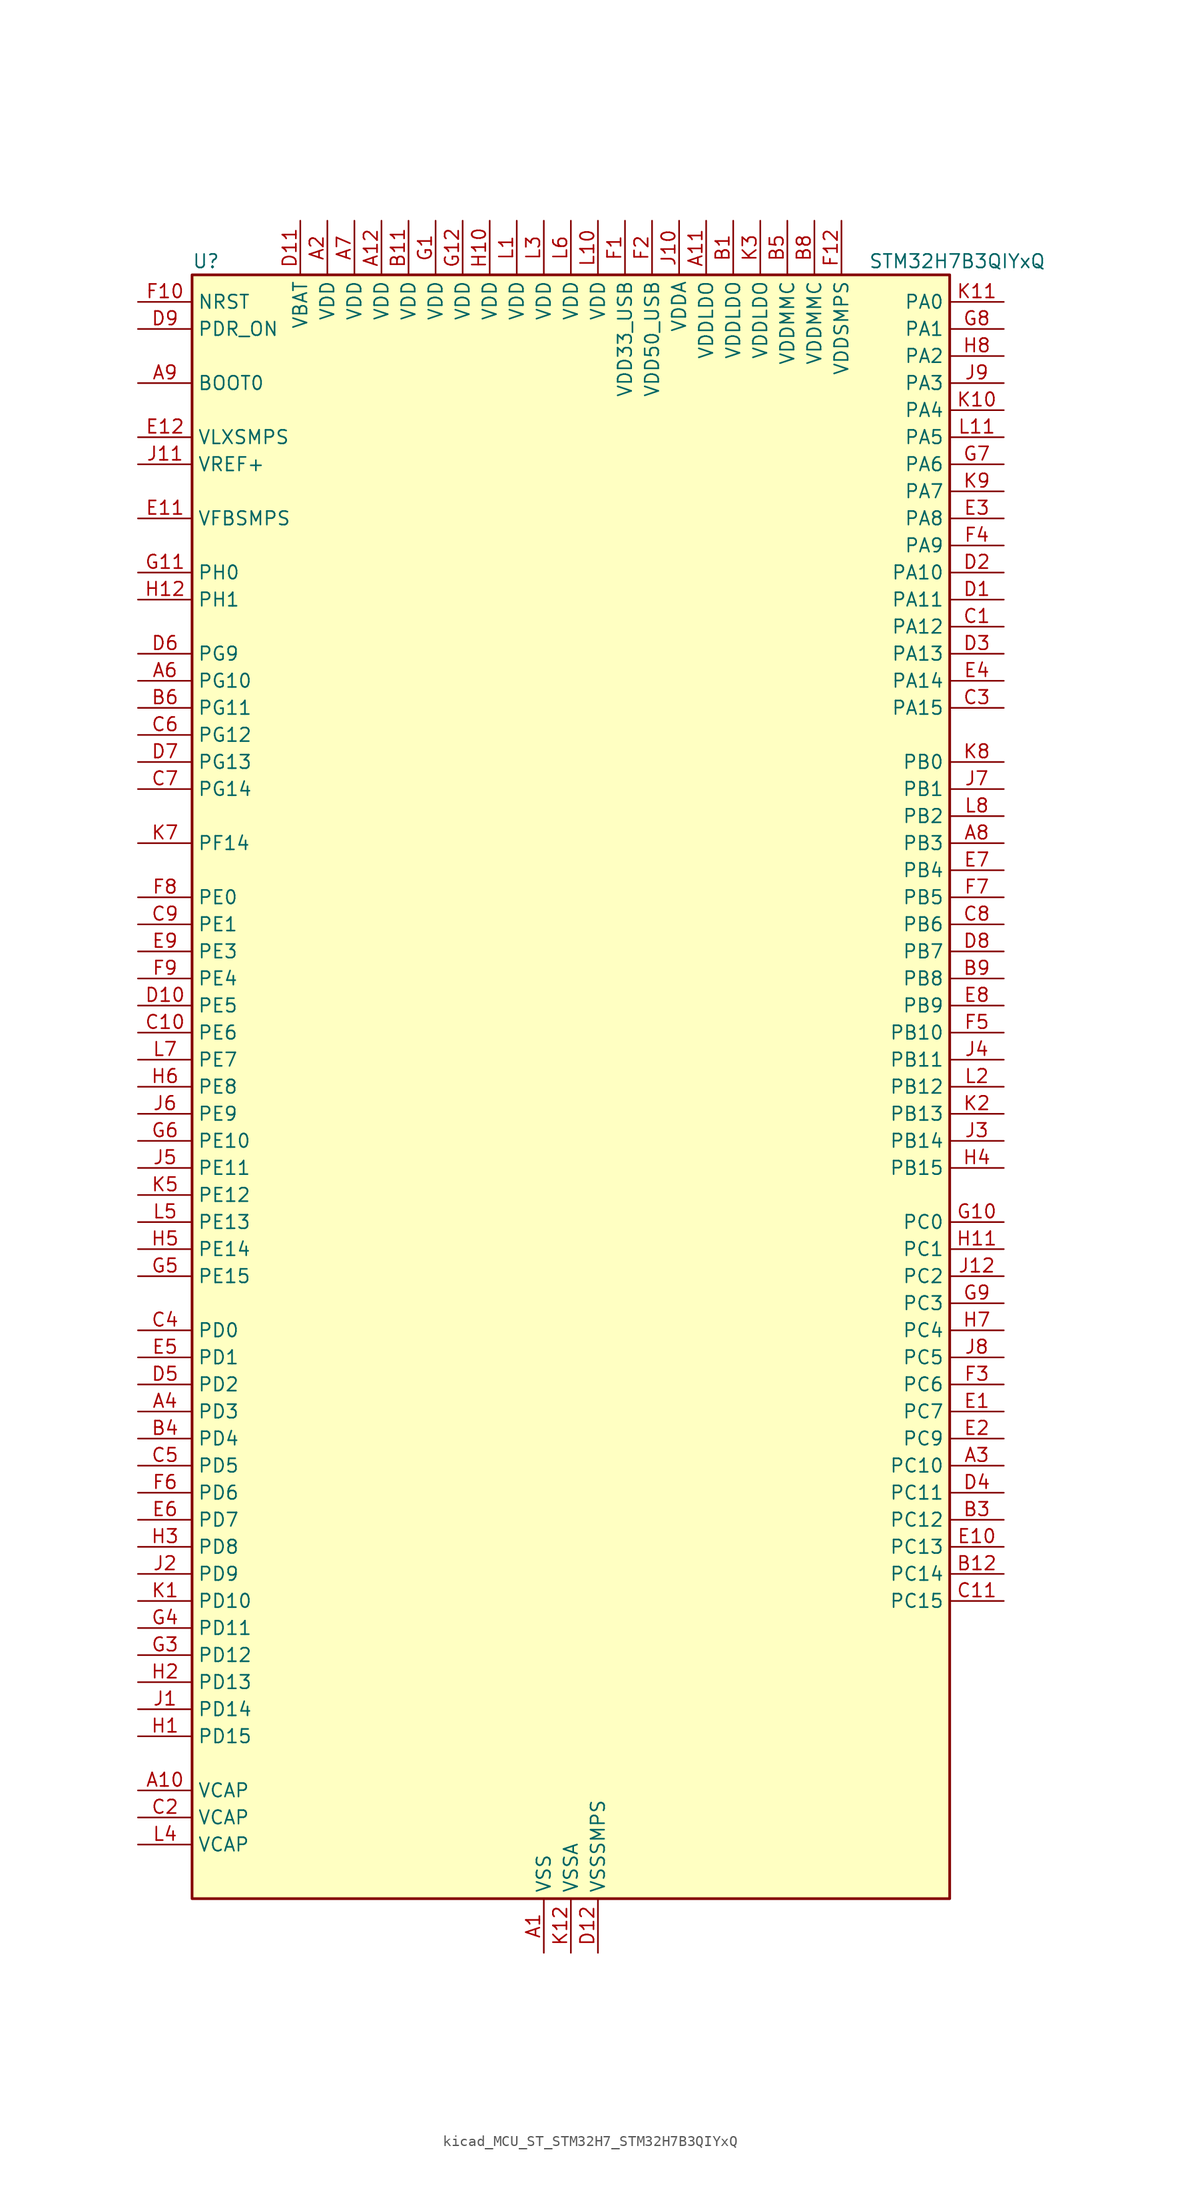
<source format=kicad_sym>
(kicad_symbol_lib
  (version 20220914)
  (generator kicad_symbol_editor)
  (symbol "kicad_MCU_ST_STM32H7_STM32H7B3QIYxQ"
    (property "Reference" "U"
      (at -35.56 77.47 0)
      (effects (font (size 1.27 1.27)) (justify left)))
    (property "Value" "STM32H7B3QIYxQ"
      (at 27.94 77.47 0)
      (effects (font (size 1.27 1.27)) (justify left)))
    (property "ki_locked" ""
      (at 0 0 0)
      (effects (font (size 1.27 1.27))))
    (symbol "kicad_MCU_ST_STM32H7_STM32H7B3QIYxQ_0_1"
      (rectangle (start -35.56 -76.2) (end 35.56 76.2) (stroke (width 0.254) (type default)) (fill (type background))))
    (symbol "kicad_MCU_ST_STM32H7_STM32H7B3QIYxQ_1_1"
      (pin power_in line (at -2.54 -81.28 90) (length 5.08) (name "VSS" (effects (font (size 1.27 1.27)))) (number "A1" (effects (font (size 1.27 1.27)))))
      (pin power_out line (at -40.64 -66.04 0) (length 5.08) (name "VCAP" (effects (font (size 1.27 1.27)))) (number "A10" (effects (font (size 1.27 1.27)))))
      (pin power_in line (at 12.7 81.28 270) (length 5.08) (name "VDDLDO" (effects (font (size 1.27 1.27)))) (number "A11" (effects (font (size 1.27 1.27)))))
      (pin power_in line (at -17.78 81.28 270) (length 5.08) (name "VDD" (effects (font (size 1.27 1.27)))) (number "A12" (effects (font (size 1.27 1.27)))))
      (pin power_in line (at -22.86 81.28 270) (length 5.08) (name "VDD" (effects (font (size 1.27 1.27)))) (number "A2" (effects (font (size 1.27 1.27)))))
      (pin bidirectional line (at 40.64 -35.56 180) (length 5.08) (name "PC10" (effects (font (size 1.27 1.27)))) (number "A3" (effects (font (size 1.27 1.27)))) (alternate "DCMI_D8" bidirectional line) (alternate "DFSDM1_CKIN5" bidirectional line) (alternate "DFSDM2_CKIN0" bidirectional line) (alternate "I2S3_CK" bidirectional line) (alternate "LTDC_B1" bidirectional line) (alternate "LTDC_R2" bidirectional line) (alternate "OCTOSPIM_P1_IO1" bidirectional line) (alternate "PSSI_D8" bidirectional line) (alternate "SDMMC1_D2" bidirectional line) (alternate "SPI3_SCK" bidirectional line) (alternate "SWPMI1_RX" bidirectional line) (alternate "UART4_TX" bidirectional line) (alternate "USART3_TX" bidirectional line))
      (pin bidirectional line (at -40.64 -30.48 0) (length 5.08) (name "PD3" (effects (font (size 1.27 1.27)))) (number "A4" (effects (font (size 1.27 1.27)))) (alternate "DCMI_D5" bidirectional line) (alternate "DFSDM1_CKOUT" bidirectional line) (alternate "FMC_CLK" bidirectional line) (alternate "I2S2_CK" bidirectional line) (alternate "LTDC_G7" bidirectional line) (alternate "PSSI_D5" bidirectional line) (alternate "SPI2_SCK" bidirectional line) (alternate "USART2_CTS" bidirectional line) (alternate "USART2_NSS" bidirectional line))
      (pin passive line (at -2.54 -81.28 90) (length 5.08) hide (name "VSS" (effects (font (size 1.27 1.27)))) (number "A5" (effects (font (size 1.27 1.27)))))
      (pin bidirectional line (at -40.64 38.1 0) (length 5.08) (name "PG10" (effects (font (size 1.27 1.27)))) (number "A6" (effects (font (size 1.27 1.27)))) (alternate "DCMI_D2" bidirectional line) (alternate "FMC_NE3" bidirectional line) (alternate "I2S1_WS" bidirectional line) (alternate "LTDC_B2" bidirectional line) (alternate "LTDC_G3" bidirectional line) (alternate "OCTOSPIM_P2_IO6" bidirectional line) (alternate "PSSI_D2" bidirectional line) (alternate "SAI2_SD_B" bidirectional line) (alternate "SDMMC2_D1" bidirectional line) (alternate "SPI1_NSS" bidirectional line))
      (pin power_in line (at -20.32 81.28 270) (length 5.08) (name "VDD" (effects (font (size 1.27 1.27)))) (number "A7" (effects (font (size 1.27 1.27)))))
      (pin bidirectional line (at 40.64 22.86 180) (length 5.08) (name "PB3" (effects (font (size 1.27 1.27)))) (number "A8" (effects (font (size 1.27 1.27)))) (alternate "CRS_SYNC" bidirectional line) (alternate "DEBUG_JTDO-SWO" bidirectional line) (alternate "I2S1_CK" bidirectional line) (alternate "I2S3_CK" bidirectional line) (alternate "I2S6_CK" bidirectional line) (alternate "SDMMC2_D2" bidirectional line) (alternate "SPI1_SCK" bidirectional line) (alternate "SPI3_SCK" bidirectional line) (alternate "SPI6_SCK" bidirectional line) (alternate "TIM2_CH2" bidirectional line) (alternate "UART7_RX" bidirectional line))
      (pin input line (at -40.64 66.04 0) (length 5.08) (name "BOOT0" (effects (font (size 1.27 1.27)))) (number "A9" (effects (font (size 1.27 1.27)))))
      (pin power_in line (at 15.24 81.28 270) (length 5.08) (name "VDDLDO" (effects (font (size 1.27 1.27)))) (number "B1" (effects (font (size 1.27 1.27)))))
      (pin passive line (at -2.54 -81.28 90) (length 5.08) hide (name "VSS" (effects (font (size 1.27 1.27)))) (number "B10" (effects (font (size 1.27 1.27)))))
      (pin power_in line (at -15.24 81.28 270) (length 5.08) (name "VDD" (effects (font (size 1.27 1.27)))) (number "B11" (effects (font (size 1.27 1.27)))))
      (pin bidirectional line (at 40.64 -45.72 180) (length 5.08) (name "PC14" (effects (font (size 1.27 1.27)))) (number "B12" (effects (font (size 1.27 1.27)))) (alternate "RCC_OSC32_IN" bidirectional line))
      (pin passive line (at -2.54 -81.28 90) (length 5.08) hide (name "VSS" (effects (font (size 1.27 1.27)))) (number "B2" (effects (font (size 1.27 1.27)))))
      (pin bidirectional line (at 40.64 -40.64 180) (length 5.08) (name "PC12" (effects (font (size 1.27 1.27)))) (number "B3" (effects (font (size 1.27 1.27)))) (alternate "DCMI_D9" bidirectional line) (alternate "DEBUG_TRACED3" bidirectional line) (alternate "DFSDM2_CKOUT" bidirectional line) (alternate "I2S3_SDO" bidirectional line) (alternate "I2S6_CK" bidirectional line) (alternate "LTDC_R6" bidirectional line) (alternate "PSSI_D9" bidirectional line) (alternate "SDMMC1_CK" bidirectional line) (alternate "SPI3_MOSI" bidirectional line) (alternate "SPI6_SCK" bidirectional line) (alternate "TIM15_CH1" bidirectional line) (alternate "UART5_TX" bidirectional line) (alternate "USART3_CK" bidirectional line))
      (pin bidirectional line (at -40.64 -33.02 0) (length 5.08) (name "PD4" (effects (font (size 1.27 1.27)))) (number "B4" (effects (font (size 1.27 1.27)))) (alternate "FMC_NOE" bidirectional line) (alternate "OCTOSPIM_P1_IO4" bidirectional line) (alternate "USART2_DE" bidirectional line) (alternate "USART2_RTS" bidirectional line))
      (pin power_in line (at 20.32 81.28 270) (length 5.08) (name "VDDMMC" (effects (font (size 1.27 1.27)))) (number "B5" (effects (font (size 1.27 1.27)))))
      (pin bidirectional line (at -40.64 35.56 0) (length 5.08) (name "PG11" (effects (font (size 1.27 1.27)))) (number "B6" (effects (font (size 1.27 1.27)))) (alternate "ADC1_EXTI11" bidirectional line) (alternate "ADC2_EXTI11" bidirectional line) (alternate "DCMI_D3" bidirectional line) (alternate "I2S1_CK" bidirectional line) (alternate "LPTIM1_IN2" bidirectional line) (alternate "LTDC_B3" bidirectional line) (alternate "OCTOSPIM_P2_IO7" bidirectional line) (alternate "PSSI_D3" bidirectional line) (alternate "SDMMC2_D2" bidirectional line) (alternate "SPDIFRX_IN0" bidirectional line) (alternate "SPI1_SCK" bidirectional line) (alternate "USART10_RX" bidirectional line))
      (pin passive line (at -2.54 -81.28 90) (length 5.08) hide (name "VSS" (effects (font (size 1.27 1.27)))) (number "B7" (effects (font (size 1.27 1.27)))))
      (pin power_in line (at 22.86 81.28 270) (length 5.08) (name "VDDMMC" (effects (font (size 1.27 1.27)))) (number "B8" (effects (font (size 1.27 1.27)))))
      (pin bidirectional line (at 40.64 10.16 180) (length 5.08) (name "PB8" (effects (font (size 1.27 1.27)))) (number "B9" (effects (font (size 1.27 1.27)))) (alternate "DCMI_D6" bidirectional line) (alternate "DFSDM1_CKIN7" bidirectional line) (alternate "FDCAN1_RX" bidirectional line) (alternate "I2C1_SCL" bidirectional line) (alternate "I2C4_SCL" bidirectional line) (alternate "LTDC_B6" bidirectional line) (alternate "PSSI_D6" bidirectional line) (alternate "SDMMC1_CKIN" bidirectional line) (alternate "SDMMC1_D4" bidirectional line) (alternate "SDMMC2_D4" bidirectional line) (alternate "TIM16_CH1" bidirectional line) (alternate "TIM4_CH3" bidirectional line) (alternate "UART4_RX" bidirectional line))
      (pin bidirectional line (at 40.64 43.18 180) (length 5.08) (name "PA12" (effects (font (size 1.27 1.27)))) (number "C1" (effects (font (size 1.27 1.27)))) (alternate "FDCAN1_TX" bidirectional line) (alternate "I2S2_CK" bidirectional line) (alternate "LPUART1_DE" bidirectional line) (alternate "LPUART1_RTS" bidirectional line) (alternate "LTDC_R5" bidirectional line) (alternate "SAI2_FS_B" bidirectional line) (alternate "SPI2_SCK" bidirectional line) (alternate "TIM1_ETR" bidirectional line) (alternate "UART4_TX" bidirectional line) (alternate "USART1_DE" bidirectional line) (alternate "USART1_RTS" bidirectional line) (alternate "USB_OTG_HS_DP" bidirectional line))
      (pin bidirectional line (at -40.64 5.08 0) (length 5.08) (name "PE6" (effects (font (size 1.27 1.27)))) (number "C10" (effects (font (size 1.27 1.27)))) (alternate "DCMI_D7" bidirectional line) (alternate "DEBUG_TRACED3" bidirectional line) (alternate "FMC_A22" bidirectional line) (alternate "LTDC_G1" bidirectional line) (alternate "PSSI_D7" bidirectional line) (alternate "SAI1_D1" bidirectional line) (alternate "SAI1_SD_A" bidirectional line) (alternate "SAI2_MCLK_B" bidirectional line) (alternate "SPI4_MOSI" bidirectional line) (alternate "TIM15_CH2" bidirectional line) (alternate "TIM1_BKIN2" bidirectional line) (alternate "TIM1_BKIN2_COMP1" bidirectional line) (alternate "TIM1_BKIN2_COMP2" bidirectional line))
      (pin bidirectional line (at 40.64 -48.26 180) (length 5.08) (name "PC15" (effects (font (size 1.27 1.27)))) (number "C11" (effects (font (size 1.27 1.27)))) (alternate "ADC1_EXTI15" bidirectional line) (alternate "ADC2_EXTI15" bidirectional line) (alternate "RCC_OSC32_OUT" bidirectional line))
      (pin passive line (at -2.54 -81.28 90) (length 5.08) hide (name "VSS" (effects (font (size 1.27 1.27)))) (number "C12" (effects (font (size 1.27 1.27)))))
      (pin power_out line (at -40.64 -68.58 0) (length 5.08) (name "VCAP" (effects (font (size 1.27 1.27)))) (number "C2" (effects (font (size 1.27 1.27)))))
      (pin bidirectional line (at 40.64 35.56 180) (length 5.08) (name "PA15" (effects (font (size 1.27 1.27)))) (number "C3" (effects (font (size 1.27 1.27)))) (alternate "ADC1_EXTI15" bidirectional line) (alternate "ADC2_EXTI15" bidirectional line) (alternate "CEC" bidirectional line) (alternate "DEBUG_JTDI" bidirectional line) (alternate "I2S1_WS" bidirectional line) (alternate "I2S3_WS" bidirectional line) (alternate "I2S6_WS" bidirectional line) (alternate "LTDC_B6" bidirectional line) (alternate "LTDC_R3" bidirectional line) (alternate "SPI1_NSS" bidirectional line) (alternate "SPI3_NSS" bidirectional line) (alternate "SPI6_NSS" bidirectional line) (alternate "TIM2_CH1" bidirectional line) (alternate "TIM2_ETR" bidirectional line) (alternate "UART4_DE" bidirectional line) (alternate "UART4_RTS" bidirectional line) (alternate "UART7_TX" bidirectional line))
      (pin bidirectional line (at -40.64 -22.86 0) (length 5.08) (name "PD0" (effects (font (size 1.27 1.27)))) (number "C4" (effects (font (size 1.27 1.27)))) (alternate "DFSDM1_CKIN6" bidirectional line) (alternate "FDCAN1_RX" bidirectional line) (alternate "FMC_D2" bidirectional line) (alternate "FMC_DA2" bidirectional line) (alternate "LTDC_B1" bidirectional line) (alternate "UART4_RX" bidirectional line) (alternate "UART9_CTS" bidirectional line))
      (pin bidirectional line (at -40.64 -35.56 0) (length 5.08) (name "PD5" (effects (font (size 1.27 1.27)))) (number "C5" (effects (font (size 1.27 1.27)))) (alternate "FMC_NWE" bidirectional line) (alternate "OCTOSPIM_P1_IO5" bidirectional line) (alternate "USART2_TX" bidirectional line))
      (pin bidirectional line (at -40.64 33.02 0) (length 5.08) (name "PG12" (effects (font (size 1.27 1.27)))) (number "C6" (effects (font (size 1.27 1.27)))) (alternate "FMC_NE4" bidirectional line) (alternate "I2S6_SDI" bidirectional line) (alternate "LPTIM1_IN1" bidirectional line) (alternate "LTDC_B1" bidirectional line) (alternate "LTDC_B4" bidirectional line) (alternate "OCTOSPIM_P2_NCS" bidirectional line) (alternate "SDMMC2_D3" bidirectional line) (alternate "SPDIFRX_IN1" bidirectional line) (alternate "SPI6_MISO" bidirectional line) (alternate "USART10_TX" bidirectional line) (alternate "USART6_DE" bidirectional line) (alternate "USART6_RTS" bidirectional line))
      (pin bidirectional line (at -40.64 27.94 0) (length 5.08) (name "PG14" (effects (font (size 1.27 1.27)))) (number "C7" (effects (font (size 1.27 1.27)))) (alternate "DEBUG_TRACED1" bidirectional line) (alternate "FMC_A25" bidirectional line) (alternate "I2S6_SDO" bidirectional line) (alternate "LPTIM1_ETR" bidirectional line) (alternate "LTDC_B0" bidirectional line) (alternate "OCTOSPIM_P1_IO7" bidirectional line) (alternate "SDMMC2_D7" bidirectional line) (alternate "SPI6_MOSI" bidirectional line) (alternate "USART10_DE" bidirectional line) (alternate "USART10_RTS" bidirectional line) (alternate "USART6_TX" bidirectional line))
      (pin bidirectional line (at 40.64 15.24 180) (length 5.08) (name "PB6" (effects (font (size 1.27 1.27)))) (number "C8" (effects (font (size 1.27 1.27)))) (alternate "CEC" bidirectional line) (alternate "DCMI_D5" bidirectional line) (alternate "DFSDM1_DATIN5" bidirectional line) (alternate "FDCAN2_TX" bidirectional line) (alternate "FMC_SDNE1" bidirectional line) (alternate "I2C1_SCL" bidirectional line) (alternate "I2C4_SCL" bidirectional line) (alternate "LPUART1_TX" bidirectional line) (alternate "OCTOSPIM_P1_NCS" bidirectional line) (alternate "PSSI_D5" bidirectional line) (alternate "TIM16_CH1N" bidirectional line) (alternate "TIM4_CH1" bidirectional line) (alternate "UART5_TX" bidirectional line) (alternate "USART1_TX" bidirectional line))
      (pin bidirectional line (at -40.64 15.24 0) (length 5.08) (name "PE1" (effects (font (size 1.27 1.27)))) (number "C9" (effects (font (size 1.27 1.27)))) (alternate "DCMI_D3" bidirectional line) (alternate "FMC_NBL1" bidirectional line) (alternate "LPTIM1_IN2" bidirectional line) (alternate "LTDC_R6" bidirectional line) (alternate "PSSI_D3" bidirectional line) (alternate "UART8_TX" bidirectional line))
      (pin bidirectional line (at 40.64 45.72 180) (length 5.08) (name "PA11" (effects (font (size 1.27 1.27)))) (number "D1" (effects (font (size 1.27 1.27)))) (alternate "ADC1_EXTI11" bidirectional line) (alternate "ADC2_EXTI11" bidirectional line) (alternate "FDCAN1_RX" bidirectional line) (alternate "I2S2_WS" bidirectional line) (alternate "LPUART1_CTS" bidirectional line) (alternate "LTDC_R4" bidirectional line) (alternate "SPI2_NSS" bidirectional line) (alternate "TIM1_CH4" bidirectional line) (alternate "UART4_RX" bidirectional line) (alternate "USART1_CTS" bidirectional line) (alternate "USART1_NSS" bidirectional line) (alternate "USB_OTG_HS_DM" bidirectional line))
      (pin bidirectional line (at -40.64 7.62 0) (length 5.08) (name "PE5" (effects (font (size 1.27 1.27)))) (number "D10" (effects (font (size 1.27 1.27)))) (alternate "DCMI_D6" bidirectional line) (alternate "DEBUG_TRACED2" bidirectional line) (alternate "DFSDM1_CKIN3" bidirectional line) (alternate "FMC_A21" bidirectional line) (alternate "LTDC_G0" bidirectional line) (alternate "PSSI_D6" bidirectional line) (alternate "SAI1_CK2" bidirectional line) (alternate "SAI1_SCK_A" bidirectional line) (alternate "SPI4_MISO" bidirectional line) (alternate "TIM15_CH1" bidirectional line))
      (pin power_in line (at -25.4 81.28 270) (length 5.08) (name "VBAT" (effects (font (size 1.27 1.27)))) (number "D11" (effects (font (size 1.27 1.27)))))
      (pin power_in line (at 2.54 -81.28 90) (length 5.08) (name "VSSSMPS" (effects (font (size 1.27 1.27)))) (number "D12" (effects (font (size 1.27 1.27)))))
      (pin bidirectional line (at 40.64 48.26 180) (length 5.08) (name "PA10" (effects (font (size 1.27 1.27)))) (number "D2" (effects (font (size 1.27 1.27)))) (alternate "DCMI_D1" bidirectional line) (alternate "LPUART1_RX" bidirectional line) (alternate "LTDC_B1" bidirectional line) (alternate "LTDC_B4" bidirectional line) (alternate "MDIOS_MDIO" bidirectional line) (alternate "PSSI_D1" bidirectional line) (alternate "TIM1_CH3" bidirectional line) (alternate "USART1_RX" bidirectional line) (alternate "USB_OTG_HS_ID" bidirectional line))
      (pin bidirectional line (at 40.64 40.64 180) (length 5.08) (name "PA13" (effects (font (size 1.27 1.27)))) (number "D3" (effects (font (size 1.27 1.27)))) (alternate "DEBUG_JTMS-SWDIO" bidirectional line))
      (pin bidirectional line (at 40.64 -38.1 180) (length 5.08) (name "PC11" (effects (font (size 1.27 1.27)))) (number "D4" (effects (font (size 1.27 1.27)))) (alternate "ADC1_EXTI11" bidirectional line) (alternate "ADC2_EXTI11" bidirectional line) (alternate "DCMI_D4" bidirectional line) (alternate "DFSDM1_DATIN5" bidirectional line) (alternate "DFSDM2_DATIN0" bidirectional line) (alternate "I2S3_SDI" bidirectional line) (alternate "LTDC_B4" bidirectional line) (alternate "OCTOSPIM_P1_NCS" bidirectional line) (alternate "PSSI_D4" bidirectional line) (alternate "SDMMC1_D3" bidirectional line) (alternate "SPI3_MISO" bidirectional line) (alternate "UART4_RX" bidirectional line) (alternate "USART3_RX" bidirectional line))
      (pin bidirectional line (at -40.64 -27.94 0) (length 5.08) (name "PD2" (effects (font (size 1.27 1.27)))) (number "D5" (effects (font (size 1.27 1.27)))) (alternate "DCMI_D11" bidirectional line) (alternate "DEBUG_TRACED2" bidirectional line) (alternate "LTDC_B2" bidirectional line) (alternate "LTDC_B7" bidirectional line) (alternate "PSSI_D11" bidirectional line) (alternate "SDMMC1_CMD" bidirectional line) (alternate "TIM15_BKIN" bidirectional line) (alternate "TIM3_ETR" bidirectional line) (alternate "UART5_RX" bidirectional line))
      (pin bidirectional line (at -40.64 40.64 0) (length 5.08) (name "PG9" (effects (font (size 1.27 1.27)))) (number "D6" (effects (font (size 1.27 1.27)))) (alternate "DAC1_EXTI9" bidirectional line) (alternate "DCMI_VSYNC" bidirectional line) (alternate "FMC_NCE" bidirectional line) (alternate "FMC_NE2" bidirectional line) (alternate "I2S1_SDI" bidirectional line) (alternate "OCTOSPIM_P1_IO6" bidirectional line) (alternate "PSSI_RDY" bidirectional line) (alternate "SAI2_FS_B" bidirectional line) (alternate "SDMMC2_D0" bidirectional line) (alternate "SPDIFRX_IN3" bidirectional line) (alternate "SPI1_MISO" bidirectional line) (alternate "USART6_RX" bidirectional line))
      (pin bidirectional line (at -40.64 30.48 0) (length 5.08) (name "PG13" (effects (font (size 1.27 1.27)))) (number "D7" (effects (font (size 1.27 1.27)))) (alternate "DEBUG_TRACED0" bidirectional line) (alternate "FMC_A24" bidirectional line) (alternate "I2S6_CK" bidirectional line) (alternate "LPTIM1_OUT" bidirectional line) (alternate "LTDC_R0" bidirectional line) (alternate "SDMMC2_D6" bidirectional line) (alternate "SPI6_SCK" bidirectional line) (alternate "USART10_CTS" bidirectional line) (alternate "USART10_NSS" bidirectional line) (alternate "USART6_CTS" bidirectional line) (alternate "USART6_NSS" bidirectional line))
      (pin bidirectional line (at 40.64 12.7 180) (length 5.08) (name "PB7" (effects (font (size 1.27 1.27)))) (number "D8" (effects (font (size 1.27 1.27)))) (alternate "DCMI_VSYNC" bidirectional line) (alternate "DFSDM1_CKIN5" bidirectional line) (alternate "FMC_NL" bidirectional line) (alternate "I2C1_SDA" bidirectional line) (alternate "I2C4_SDA" bidirectional line) (alternate "LPUART1_RX" bidirectional line) (alternate "PSSI_RDY" bidirectional line) (alternate "PWR_PVD_IN" bidirectional line) (alternate "TIM17_CH1N" bidirectional line) (alternate "TIM4_CH2" bidirectional line) (alternate "USART1_RX" bidirectional line))
      (pin input line (at -40.64 71.12 0) (length 5.08) (name "PDR_ON" (effects (font (size 1.27 1.27)))) (number "D9" (effects (font (size 1.27 1.27)))))
      (pin bidirectional line (at 40.64 -30.48 180) (length 5.08) (name "PC7" (effects (font (size 1.27 1.27)))) (number "E1" (effects (font (size 1.27 1.27)))) (alternate "DCMI_D1" bidirectional line) (alternate "DEBUG_TRGIO" bidirectional line) (alternate "DFSDM1_DATIN3" bidirectional line) (alternate "FMC_NE1" bidirectional line) (alternate "I2S3_MCK" bidirectional line) (alternate "LTDC_G6" bidirectional line) (alternate "PSSI_D1" bidirectional line) (alternate "SDMMC1_D123DIR" bidirectional line) (alternate "SDMMC1_D7" bidirectional line) (alternate "SDMMC2_D7" bidirectional line) (alternate "SWPMI1_TX" bidirectional line) (alternate "TIM3_CH2" bidirectional line) (alternate "TIM8_CH2" bidirectional line) (alternate "USART6_RX" bidirectional line))
      (pin bidirectional line (at 40.64 -43.18 180) (length 5.08) (name "PC13" (effects (font (size 1.27 1.27)))) (number "E10" (effects (font (size 1.27 1.27)))) (alternate "PWR_WKUP4" bidirectional line) (alternate "RTC_OUT_ALARM" bidirectional line) (alternate "RTC_OUT_CALIB" bidirectional line) (alternate "RTC_TAMP1" bidirectional line) (alternate "RTC_TS" bidirectional line))
      (pin input line (at -40.64 53.34 0) (length 5.08) (name "VFBSMPS" (effects (font (size 1.27 1.27)))) (number "E11" (effects (font (size 1.27 1.27)))))
      (pin power_in line (at -40.64 60.96 0) (length 5.08) (name "VLXSMPS" (effects (font (size 1.27 1.27)))) (number "E12" (effects (font (size 1.27 1.27)))))
      (pin bidirectional line (at 40.64 -33.02 180) (length 5.08) (name "PC9" (effects (font (size 1.27 1.27)))) (number "E2" (effects (font (size 1.27 1.27)))) (alternate "DAC1_EXTI9" bidirectional line) (alternate "DCMI_D3" bidirectional line) (alternate "I2C3_SDA" bidirectional line) (alternate "I2S_CKIN" bidirectional line) (alternate "LTDC_B2" bidirectional line) (alternate "LTDC_G3" bidirectional line) (alternate "OCTOSPIM_P1_IO0" bidirectional line) (alternate "PSSI_D3" bidirectional line) (alternate "RCC_MCO_2" bidirectional line) (alternate "SDMMC1_D1" bidirectional line) (alternate "SWPMI1_SUSPEND" bidirectional line) (alternate "TIM3_CH4" bidirectional line) (alternate "TIM8_CH4" bidirectional line) (alternate "UART5_CTS" bidirectional line))
      (pin bidirectional line (at 40.64 53.34 180) (length 5.08) (name "PA8" (effects (font (size 1.27 1.27)))) (number "E3" (effects (font (size 1.27 1.27)))) (alternate "I2C3_SCL" bidirectional line) (alternate "LTDC_B3" bidirectional line) (alternate "LTDC_R6" bidirectional line) (alternate "RCC_MCO_1" bidirectional line) (alternate "TIM1_CH1" bidirectional line) (alternate "TIM8_BKIN2" bidirectional line) (alternate "TIM8_BKIN2_COMP1" bidirectional line) (alternate "TIM8_BKIN2_COMP2" bidirectional line) (alternate "UART7_RX" bidirectional line) (alternate "USART1_CK" bidirectional line) (alternate "USB_OTG_HS_SOF" bidirectional line))
      (pin bidirectional line (at 40.64 38.1 180) (length 5.08) (name "PA14" (effects (font (size 1.27 1.27)))) (number "E4" (effects (font (size 1.27 1.27)))) (alternate "DEBUG_JTCK-SWCLK" bidirectional line))
      (pin bidirectional line (at -40.64 -25.4 0) (length 5.08) (name "PD1" (effects (font (size 1.27 1.27)))) (number "E5" (effects (font (size 1.27 1.27)))) (alternate "DFSDM1_DATIN6" bidirectional line) (alternate "FDCAN1_TX" bidirectional line) (alternate "FMC_D3" bidirectional line) (alternate "FMC_DA3" bidirectional line) (alternate "UART4_TX" bidirectional line))
      (pin bidirectional line (at -40.64 -40.64 0) (length 5.08) (name "PD7" (effects (font (size 1.27 1.27)))) (number "E6" (effects (font (size 1.27 1.27)))) (alternate "DFSDM1_CKIN1" bidirectional line) (alternate "DFSDM1_DATIN4" bidirectional line) (alternate "FMC_NE1" bidirectional line) (alternate "I2S1_SDO" bidirectional line) (alternate "OCTOSPIM_P1_IO7" bidirectional line) (alternate "SDMMC2_CMD" bidirectional line) (alternate "SPDIFRX_IN0" bidirectional line) (alternate "SPI1_MOSI" bidirectional line) (alternate "USART2_CK" bidirectional line))
      (pin bidirectional line (at 40.64 20.32 180) (length 5.08) (name "PB4" (effects (font (size 1.27 1.27)))) (number "E7" (effects (font (size 1.27 1.27)))) (alternate "DEBUG_JTRST" bidirectional line) (alternate "I2S1_SDI" bidirectional line) (alternate "I2S2_WS" bidirectional line) (alternate "I2S3_SDI" bidirectional line) (alternate "I2S6_SDI" bidirectional line) (alternate "SDMMC2_D3" bidirectional line) (alternate "SPI1_MISO" bidirectional line) (alternate "SPI2_NSS" bidirectional line) (alternate "SPI3_MISO" bidirectional line) (alternate "SPI6_MISO" bidirectional line) (alternate "TIM16_BKIN" bidirectional line) (alternate "TIM3_CH1" bidirectional line) (alternate "UART7_TX" bidirectional line))
      (pin bidirectional line (at 40.64 7.62 180) (length 5.08) (name "PB9" (effects (font (size 1.27 1.27)))) (number "E8" (effects (font (size 1.27 1.27)))) (alternate "DAC1_EXTI9" bidirectional line) (alternate "DCMI_D7" bidirectional line) (alternate "DFSDM1_DATIN7" bidirectional line) (alternate "FDCAN1_TX" bidirectional line) (alternate "I2C1_SDA" bidirectional line) (alternate "I2C4_SDA" bidirectional line) (alternate "I2C4_SMBA" bidirectional line) (alternate "I2S2_WS" bidirectional line) (alternate "LTDC_B7" bidirectional line) (alternate "PSSI_D7" bidirectional line) (alternate "SDMMC1_CDIR" bidirectional line) (alternate "SDMMC1_D5" bidirectional line) (alternate "SDMMC2_D5" bidirectional line) (alternate "SPI2_NSS" bidirectional line) (alternate "TIM17_CH1" bidirectional line) (alternate "TIM4_CH4" bidirectional line) (alternate "UART4_TX" bidirectional line))
      (pin bidirectional line (at -40.64 12.7 0) (length 5.08) (name "PE3" (effects (font (size 1.27 1.27)))) (number "E9" (effects (font (size 1.27 1.27)))) (alternate "DEBUG_TRACED0" bidirectional line) (alternate "FMC_A19" bidirectional line) (alternate "SAI1_SD_B" bidirectional line) (alternate "TIM15_BKIN" bidirectional line) (alternate "USART10_TX" bidirectional line))
      (pin power_in line (at 5.08 81.28 270) (length 5.08) (name "VDD33_USB" (effects (font (size 1.27 1.27)))) (number "F1" (effects (font (size 1.27 1.27)))))
      (pin input line (at -40.64 73.66 0) (length 5.08) (name "NRST" (effects (font (size 1.27 1.27)))) (number "F10" (effects (font (size 1.27 1.27)))))
      (pin passive line (at -2.54 -81.28 90) (length 5.08) hide (name "VSS" (effects (font (size 1.27 1.27)))) (number "F11" (effects (font (size 1.27 1.27)))))
      (pin power_in line (at 25.4 81.28 270) (length 5.08) (name "VDDSMPS" (effects (font (size 1.27 1.27)))) (number "F12" (effects (font (size 1.27 1.27)))))
      (pin power_in line (at 7.62 81.28 270) (length 5.08) (name "VDD50_USB" (effects (font (size 1.27 1.27)))) (number "F2" (effects (font (size 1.27 1.27)))))
      (pin bidirectional line (at 40.64 -27.94 180) (length 5.08) (name "PC6" (effects (font (size 1.27 1.27)))) (number "F3" (effects (font (size 1.27 1.27)))) (alternate "DCMI_D0" bidirectional line) (alternate "DFSDM1_CKIN3" bidirectional line) (alternate "FMC_NWAIT" bidirectional line) (alternate "I2S2_MCK" bidirectional line) (alternate "LTDC_HSYNC" bidirectional line) (alternate "PSSI_D0" bidirectional line) (alternate "SDMMC1_D0DIR" bidirectional line) (alternate "SDMMC1_D6" bidirectional line) (alternate "SDMMC2_D6" bidirectional line) (alternate "SWPMI1_IO" bidirectional line) (alternate "TIM3_CH1" bidirectional line) (alternate "TIM8_CH1" bidirectional line) (alternate "USART6_TX" bidirectional line))
      (pin bidirectional line (at 40.64 50.8 180) (length 5.08) (name "PA9" (effects (font (size 1.27 1.27)))) (number "F4" (effects (font (size 1.27 1.27)))) (alternate "DAC1_EXTI9" bidirectional line) (alternate "DCMI_D0" bidirectional line) (alternate "I2C3_SMBA" bidirectional line) (alternate "I2S2_CK" bidirectional line) (alternate "LPUART1_TX" bidirectional line) (alternate "LTDC_R5" bidirectional line) (alternate "PSSI_D0" bidirectional line) (alternate "SPI2_SCK" bidirectional line) (alternate "TIM1_CH2" bidirectional line) (alternate "USART1_TX" bidirectional line) (alternate "USB_OTG_HS_VBUS" bidirectional line))
      (pin bidirectional line (at 40.64 5.08 180) (length 5.08) (name "PB10" (effects (font (size 1.27 1.27)))) (number "F5" (effects (font (size 1.27 1.27)))) (alternate "DFSDM1_DATIN7" bidirectional line) (alternate "I2C2_SCL" bidirectional line) (alternate "I2S2_CK" bidirectional line) (alternate "LPTIM2_IN1" bidirectional line) (alternate "LTDC_G4" bidirectional line) (alternate "OCTOSPIM_P1_NCS" bidirectional line) (alternate "SPI2_SCK" bidirectional line) (alternate "TIM2_CH3" bidirectional line) (alternate "USART3_TX" bidirectional line) (alternate "USB_OTG_HS_ULPI_D3" bidirectional line))
      (pin bidirectional line (at -40.64 -38.1 0) (length 5.08) (name "PD6" (effects (font (size 1.27 1.27)))) (number "F6" (effects (font (size 1.27 1.27)))) (alternate "DCMI_D10" bidirectional line) (alternate "DFSDM1_CKIN4" bidirectional line) (alternate "DFSDM1_DATIN1" bidirectional line) (alternate "FMC_NWAIT" bidirectional line) (alternate "I2S3_SDO" bidirectional line) (alternate "LTDC_B2" bidirectional line) (alternate "OCTOSPIM_P1_IO6" bidirectional line) (alternate "PSSI_D10" bidirectional line) (alternate "SAI1_D1" bidirectional line) (alternate "SAI1_SD_A" bidirectional line) (alternate "SDMMC2_CK" bidirectional line) (alternate "SPI3_MOSI" bidirectional line) (alternate "USART2_RX" bidirectional line))
      (pin bidirectional line (at 40.64 17.78 180) (length 5.08) (name "PB5" (effects (font (size 1.27 1.27)))) (number "F7" (effects (font (size 1.27 1.27)))) (alternate "DCMI_D10" bidirectional line) (alternate "FDCAN2_RX" bidirectional line) (alternate "FMC_SDCKE1" bidirectional line) (alternate "I2C1_SMBA" bidirectional line) (alternate "I2C4_SMBA" bidirectional line) (alternate "I2S1_SDO" bidirectional line) (alternate "I2S3_SDO" bidirectional line) (alternate "I2S6_SDO" bidirectional line) (alternate "LTDC_B5" bidirectional line) (alternate "PSSI_D10" bidirectional line) (alternate "SPI1_MOSI" bidirectional line) (alternate "SPI3_MOSI" bidirectional line) (alternate "SPI6_MOSI" bidirectional line) (alternate "TIM17_BKIN" bidirectional line) (alternate "TIM3_CH2" bidirectional line) (alternate "UART5_RX" bidirectional line) (alternate "USB_OTG_HS_ULPI_D7" bidirectional line))
      (pin bidirectional line (at -40.64 17.78 0) (length 5.08) (name "PE0" (effects (font (size 1.27 1.27)))) (number "F8" (effects (font (size 1.27 1.27)))) (alternate "DCMI_D2" bidirectional line) (alternate "FMC_NBL0" bidirectional line) (alternate "LPTIM1_ETR" bidirectional line) (alternate "LPTIM2_ETR" bidirectional line) (alternate "LTDC_R0" bidirectional line) (alternate "PSSI_D2" bidirectional line) (alternate "SAI2_MCLK_A" bidirectional line) (alternate "TIM4_ETR" bidirectional line) (alternate "UART8_RX" bidirectional line))
      (pin bidirectional line (at -40.64 10.16 0) (length 5.08) (name "PE4" (effects (font (size 1.27 1.27)))) (number "F9" (effects (font (size 1.27 1.27)))) (alternate "DCMI_D4" bidirectional line) (alternate "DEBUG_TRACED1" bidirectional line) (alternate "DFSDM1_DATIN3" bidirectional line) (alternate "FMC_A20" bidirectional line) (alternate "LTDC_B0" bidirectional line) (alternate "PSSI_D4" bidirectional line) (alternate "SAI1_D2" bidirectional line) (alternate "SAI1_FS_A" bidirectional line) (alternate "SPI4_NSS" bidirectional line) (alternate "TIM15_CH1N" bidirectional line))
      (pin power_in line (at -12.7 81.28 270) (length 5.08) (name "VDD" (effects (font (size 1.27 1.27)))) (number "G1" (effects (font (size 1.27 1.27)))))
      (pin bidirectional line (at 40.64 -12.7 180) (length 5.08) (name "PC0" (effects (font (size 1.27 1.27)))) (number "G10" (effects (font (size 1.27 1.27)))) (alternate "ADC1_INP10" bidirectional line) (alternate "ADC2_INP10" bidirectional line) (alternate "DFSDM1_CKIN0" bidirectional line) (alternate "DFSDM1_DATIN4" bidirectional line) (alternate "FMC_A25" bidirectional line) (alternate "FMC_SDNWE" bidirectional line) (alternate "LTDC_G2" bidirectional line) (alternate "LTDC_R5" bidirectional line) (alternate "SAI2_FS_B" bidirectional line) (alternate "USB_OTG_HS_ULPI_STP" bidirectional line))
      (pin bidirectional line (at -40.64 48.26 0) (length 5.08) (name "PH0" (effects (font (size 1.27 1.27)))) (number "G11" (effects (font (size 1.27 1.27)))) (alternate "RCC_OSC_IN" bidirectional line))
      (pin power_in line (at -10.16 81.28 270) (length 5.08) (name "VDD" (effects (font (size 1.27 1.27)))) (number "G12" (effects (font (size 1.27 1.27)))))
      (pin passive line (at -2.54 -81.28 90) (length 5.08) hide (name "VSS" (effects (font (size 1.27 1.27)))) (number "G2" (effects (font (size 1.27 1.27)))))
      (pin bidirectional line (at -40.64 -53.34 0) (length 5.08) (name "PD12" (effects (font (size 1.27 1.27)))) (number "G3" (effects (font (size 1.27 1.27)))) (alternate "DCMI_D12" bidirectional line) (alternate "FMC_A17" bidirectional line) (alternate "FMC_ALE" bidirectional line) (alternate "I2C4_SCL" bidirectional line) (alternate "LPTIM1_IN1" bidirectional line) (alternate "LPTIM2_IN1" bidirectional line) (alternate "OCTOSPIM_P1_IO1" bidirectional line) (alternate "PSSI_D12" bidirectional line) (alternate "SAI2_FS_A" bidirectional line) (alternate "TIM4_CH1" bidirectional line) (alternate "USART3_DE" bidirectional line) (alternate "USART3_RTS" bidirectional line))
      (pin bidirectional line (at -40.64 -50.8 0) (length 5.08) (name "PD11" (effects (font (size 1.27 1.27)))) (number "G4" (effects (font (size 1.27 1.27)))) (alternate "ADC1_EXTI11" bidirectional line) (alternate "ADC2_EXTI11" bidirectional line) (alternate "FMC_A16" bidirectional line) (alternate "FMC_CLE" bidirectional line) (alternate "I2C4_SMBA" bidirectional line) (alternate "LPTIM2_IN2" bidirectional line) (alternate "OCTOSPIM_P1_IO0" bidirectional line) (alternate "SAI2_SD_A" bidirectional line) (alternate "USART3_CTS" bidirectional line) (alternate "USART3_NSS" bidirectional line))
      (pin bidirectional line (at -40.64 -17.78 0) (length 5.08) (name "PE15" (effects (font (size 1.27 1.27)))) (number "G5" (effects (font (size 1.27 1.27)))) (alternate "ADC1_EXTI15" bidirectional line) (alternate "ADC2_EXTI15" bidirectional line) (alternate "FMC_D12" bidirectional line) (alternate "FMC_DA12" bidirectional line) (alternate "LTDC_R7" bidirectional line) (alternate "TIM1_BKIN" bidirectional line) (alternate "TIM1_BKIN_COMP1" bidirectional line) (alternate "TIM1_BKIN_COMP2" bidirectional line) (alternate "USART10_CK" bidirectional line))
      (pin bidirectional line (at -40.64 -5.08 0) (length 5.08) (name "PE10" (effects (font (size 1.27 1.27)))) (number "G6" (effects (font (size 1.27 1.27)))) (alternate "COMP2_INM" bidirectional line) (alternate "DFSDM1_DATIN4" bidirectional line) (alternate "FMC_D7" bidirectional line) (alternate "FMC_DA7" bidirectional line) (alternate "OCTOSPIM_P1_IO7" bidirectional line) (alternate "TIM1_CH2N" bidirectional line) (alternate "UART7_CTS" bidirectional line))
      (pin bidirectional line (at 40.64 58.42 180) (length 5.08) (name "PA6" (effects (font (size 1.27 1.27)))) (number "G7" (effects (font (size 1.27 1.27)))) (alternate "ADC1_INP3" bidirectional line) (alternate "ADC2_INP3" bidirectional line) (alternate "DAC2_OUT1" bidirectional line) (alternate "DCMI_PIXCLK" bidirectional line) (alternate "I2S1_SDI" bidirectional line) (alternate "I2S6_SDI" bidirectional line) (alternate "LTDC_G2" bidirectional line) (alternate "MDIOS_MDC" bidirectional line) (alternate "OCTOSPIM_P1_IO3" bidirectional line) (alternate "PSSI_PDCK" bidirectional line) (alternate "SPI1_MISO" bidirectional line) (alternate "SPI6_MISO" bidirectional line) (alternate "TIM13_CH1" bidirectional line) (alternate "TIM1_BKIN" bidirectional line) (alternate "TIM1_BKIN_COMP1" bidirectional line) (alternate "TIM1_BKIN_COMP2" bidirectional line) (alternate "TIM3_CH1" bidirectional line) (alternate "TIM8_BKIN" bidirectional line) (alternate "TIM8_BKIN_COMP1" bidirectional line) (alternate "TIM8_BKIN_COMP2" bidirectional line))
      (pin bidirectional line (at 40.64 71.12 180) (length 5.08) (name "PA1" (effects (font (size 1.27 1.27)))) (number "G8" (effects (font (size 1.27 1.27)))) (alternate "ADC1_INN16" bidirectional line) (alternate "ADC1_INP17" bidirectional line) (alternate "LPTIM3_OUT" bidirectional line) (alternate "LTDC_R2" bidirectional line) (alternate "OCTOSPIM_P1_DQS" bidirectional line) (alternate "OCTOSPIM_P1_IO3" bidirectional line) (alternate "SAI2_MCLK_B" bidirectional line) (alternate "TIM15_CH1N" bidirectional line) (alternate "TIM2_CH2" bidirectional line) (alternate "TIM5_CH2" bidirectional line) (alternate "UART4_RX" bidirectional line) (alternate "USART2_DE" bidirectional line) (alternate "USART2_RTS" bidirectional line))
      (pin bidirectional line (at 40.64 -20.32 180) (length 5.08) (name "PC3" (effects (font (size 1.27 1.27)))) (number "G9" (effects (font (size 1.27 1.27)))) (alternate "ADC1_INN12" bidirectional line) (alternate "ADC1_INP13" bidirectional line) (alternate "ADC2_INN12" bidirectional line) (alternate "ADC2_INP13" bidirectional line) (alternate "DFSDM1_DATIN1" bidirectional line) (alternate "FMC_SDCKE0" bidirectional line) (alternate "I2S2_SDO" bidirectional line) (alternate "OCTOSPIM_P1_IO0" bidirectional line) (alternate "OCTOSPIM_P1_IO6" bidirectional line) (alternate "PWR_CSLEEP" bidirectional line) (alternate "SPI2_MOSI" bidirectional line) (alternate "USB_OTG_HS_ULPI_NXT" bidirectional line))
      (pin bidirectional line (at -40.64 -60.96 0) (length 5.08) (name "PD15" (effects (font (size 1.27 1.27)))) (number "H1" (effects (font (size 1.27 1.27)))) (alternate "ADC1_EXTI15" bidirectional line) (alternate "ADC2_EXTI15" bidirectional line) (alternate "FMC_D1" bidirectional line) (alternate "FMC_DA1" bidirectional line) (alternate "TIM4_CH4" bidirectional line) (alternate "UART8_DE" bidirectional line) (alternate "UART8_RTS" bidirectional line) (alternate "UART9_TX" bidirectional line))
      (pin power_in line (at -7.62 81.28 270) (length 5.08) (name "VDD" (effects (font (size 1.27 1.27)))) (number "H10" (effects (font (size 1.27 1.27)))))
      (pin bidirectional line (at 40.64 -15.24 180) (length 5.08) (name "PC1" (effects (font (size 1.27 1.27)))) (number "H11" (effects (font (size 1.27 1.27)))) (alternate "ADC1_INN10" bidirectional line) (alternate "ADC1_INP11" bidirectional line) (alternate "ADC2_INN10" bidirectional line) (alternate "ADC2_INP11" bidirectional line) (alternate "DEBUG_TRACED0" bidirectional line) (alternate "DFSDM1_CKIN4" bidirectional line) (alternate "DFSDM1_DATIN0" bidirectional line) (alternate "I2S2_SDO" bidirectional line) (alternate "LTDC_G5" bidirectional line) (alternate "MDIOS_MDC" bidirectional line) (alternate "OCTOSPIM_P1_IO4" bidirectional line) (alternate "PWR_WKUP6" bidirectional line) (alternate "RTC_TAMP3" bidirectional line) (alternate "SAI1_D1" bidirectional line) (alternate "SAI1_SD_A" bidirectional line) (alternate "SDMMC2_CK" bidirectional line) (alternate "SPI2_MOSI" bidirectional line))
      (pin bidirectional line (at -40.64 45.72 0) (length 5.08) (name "PH1" (effects (font (size 1.27 1.27)))) (number "H12" (effects (font (size 1.27 1.27)))) (alternate "RCC_OSC_OUT" bidirectional line))
      (pin bidirectional line (at -40.64 -55.88 0) (length 5.08) (name "PD13" (effects (font (size 1.27 1.27)))) (number "H2" (effects (font (size 1.27 1.27)))) (alternate "DCMI_D13" bidirectional line) (alternate "FMC_A18" bidirectional line) (alternate "I2C4_SDA" bidirectional line) (alternate "LPTIM1_OUT" bidirectional line) (alternate "OCTOSPIM_P1_IO3" bidirectional line) (alternate "PSSI_D13" bidirectional line) (alternate "SAI2_SCK_A" bidirectional line) (alternate "TIM4_CH2" bidirectional line) (alternate "UART9_DE" bidirectional line) (alternate "UART9_RTS" bidirectional line))
      (pin bidirectional line (at -40.64 -43.18 0) (length 5.08) (name "PD8" (effects (font (size 1.27 1.27)))) (number "H3" (effects (font (size 1.27 1.27)))) (alternate "DFSDM1_CKIN3" bidirectional line) (alternate "FMC_D13" bidirectional line) (alternate "FMC_DA13" bidirectional line) (alternate "SPDIFRX_IN1" bidirectional line) (alternate "USART3_TX" bidirectional line))
      (pin bidirectional line (at 40.64 -7.62 180) (length 5.08) (name "PB15" (effects (font (size 1.27 1.27)))) (number "H4" (effects (font (size 1.27 1.27)))) (alternate "ADC1_EXTI15" bidirectional line) (alternate "ADC2_EXTI15" bidirectional line) (alternate "DFSDM1_CKIN2" bidirectional line) (alternate "I2S2_SDO" bidirectional line) (alternate "LTDC_G7" bidirectional line) (alternate "RTC_REFIN" bidirectional line) (alternate "SDMMC2_D1" bidirectional line) (alternate "SPI2_MOSI" bidirectional line) (alternate "TIM12_CH2" bidirectional line) (alternate "TIM1_CH3N" bidirectional line) (alternate "TIM8_CH3N" bidirectional line) (alternate "UART4_CTS" bidirectional line) (alternate "USART1_RX" bidirectional line))
      (pin bidirectional line (at -40.64 -15.24 0) (length 5.08) (name "PE14" (effects (font (size 1.27 1.27)))) (number "H5" (effects (font (size 1.27 1.27)))) (alternate "FMC_D11" bidirectional line) (alternate "FMC_DA11" bidirectional line) (alternate "LTDC_CLK" bidirectional line) (alternate "SAI2_MCLK_B" bidirectional line) (alternate "SPI4_MOSI" bidirectional line) (alternate "TIM1_CH4" bidirectional line))
      (pin bidirectional line (at -40.64 0 0) (length 5.08) (name "PE8" (effects (font (size 1.27 1.27)))) (number "H6" (effects (font (size 1.27 1.27)))) (alternate "COMP2_OUT" bidirectional line) (alternate "DFSDM1_CKIN2" bidirectional line) (alternate "FMC_D5" bidirectional line) (alternate "FMC_DA5" bidirectional line) (alternate "OCTOSPIM_P1_IO5" bidirectional line) (alternate "OPAMP2_VINM" bidirectional line) (alternate "TIM1_CH1N" bidirectional line) (alternate "UART7_TX" bidirectional line))
      (pin bidirectional line (at 40.64 -22.86 180) (length 5.08) (name "PC4" (effects (font (size 1.27 1.27)))) (number "H7" (effects (font (size 1.27 1.27)))) (alternate "ADC1_INP4" bidirectional line) (alternate "ADC2_INP4" bidirectional line) (alternate "COMP1_INM" bidirectional line) (alternate "DFSDM1_CKIN2" bidirectional line) (alternate "FMC_SDNE0" bidirectional line) (alternate "I2S1_MCK" bidirectional line) (alternate "LTDC_R7" bidirectional line) (alternate "OPAMP1_VOUT" bidirectional line) (alternate "SPDIFRX_IN2" bidirectional line))
      (pin bidirectional line (at 40.64 68.58 180) (length 5.08) (name "PA2" (effects (font (size 1.27 1.27)))) (number "H8" (effects (font (size 1.27 1.27)))) (alternate "ADC1_INP14" bidirectional line) (alternate "DFSDM2_CKIN1" bidirectional line) (alternate "LTDC_R1" bidirectional line) (alternate "MDIOS_MDIO" bidirectional line) (alternate "PWR_WKUP2" bidirectional line) (alternate "SAI2_SCK_B" bidirectional line) (alternate "TIM15_CH1" bidirectional line) (alternate "TIM2_CH3" bidirectional line) (alternate "TIM5_CH3" bidirectional line) (alternate "USART2_TX" bidirectional line))
      (pin passive line (at -2.54 -81.28 90) (length 5.08) hide (name "VSS" (effects (font (size 1.27 1.27)))) (number "H9" (effects (font (size 1.27 1.27)))))
      (pin bidirectional line (at -40.64 -58.42 0) (length 5.08) (name "PD14" (effects (font (size 1.27 1.27)))) (number "J1" (effects (font (size 1.27 1.27)))) (alternate "FMC_D0" bidirectional line) (alternate "FMC_DA0" bidirectional line) (alternate "TIM4_CH3" bidirectional line) (alternate "UART8_CTS" bidirectional line) (alternate "UART9_RX" bidirectional line))
      (pin power_in line (at 10.16 81.28 270) (length 5.08) (name "VDDA" (effects (font (size 1.27 1.27)))) (number "J10" (effects (font (size 1.27 1.27)))))
      (pin input line (at -40.64 58.42 0) (length 5.08) (name "VREF+" (effects (font (size 1.27 1.27)))) (number "J11" (effects (font (size 1.27 1.27)))) (alternate "VREFBUF_OUT" bidirectional line))
      (pin bidirectional line (at 40.64 -17.78 180) (length 5.08) (name "PC2" (effects (font (size 1.27 1.27)))) (number "J12" (effects (font (size 1.27 1.27)))) (alternate "ADC1_INN11" bidirectional line) (alternate "ADC1_INP12" bidirectional line) (alternate "ADC2_INN11" bidirectional line) (alternate "ADC2_INP12" bidirectional line) (alternate "DFSDM1_CKIN1" bidirectional line) (alternate "DFSDM1_CKOUT" bidirectional line) (alternate "FMC_SDNE0" bidirectional line) (alternate "I2S2_SDI" bidirectional line) (alternate "OCTOSPIM_P1_IO2" bidirectional line) (alternate "OCTOSPIM_P1_IO5" bidirectional line) (alternate "PWR_CSTOP" bidirectional line) (alternate "SPI2_MISO" bidirectional line) (alternate "USB_OTG_HS_ULPI_DIR" bidirectional line))
      (pin bidirectional line (at -40.64 -45.72 0) (length 5.08) (name "PD9" (effects (font (size 1.27 1.27)))) (number "J2" (effects (font (size 1.27 1.27)))) (alternate "DAC1_EXTI9" bidirectional line) (alternate "DFSDM1_DATIN3" bidirectional line) (alternate "FMC_D14" bidirectional line) (alternate "FMC_DA14" bidirectional line) (alternate "USART3_RX" bidirectional line))
      (pin bidirectional line (at 40.64 -5.08 180) (length 5.08) (name "PB14" (effects (font (size 1.27 1.27)))) (number "J3" (effects (font (size 1.27 1.27)))) (alternate "DFSDM1_DATIN2" bidirectional line) (alternate "I2S2_SDI" bidirectional line) (alternate "LTDC_CLK" bidirectional line) (alternate "SDMMC2_D0" bidirectional line) (alternate "SPI2_MISO" bidirectional line) (alternate "TIM12_CH1" bidirectional line) (alternate "TIM1_CH2N" bidirectional line) (alternate "TIM8_CH2N" bidirectional line) (alternate "UART4_DE" bidirectional line) (alternate "UART4_RTS" bidirectional line) (alternate "USART1_TX" bidirectional line) (alternate "USART3_DE" bidirectional line) (alternate "USART3_RTS" bidirectional line))
      (pin bidirectional line (at 40.64 2.54 180) (length 5.08) (name "PB11" (effects (font (size 1.27 1.27)))) (number "J4" (effects (font (size 1.27 1.27)))) (alternate "ADC1_EXTI11" bidirectional line) (alternate "ADC2_EXTI11" bidirectional line) (alternate "DFSDM1_CKIN7" bidirectional line) (alternate "I2C2_SDA" bidirectional line) (alternate "LPTIM2_ETR" bidirectional line) (alternate "LTDC_G5" bidirectional line) (alternate "TIM2_CH4" bidirectional line) (alternate "USART3_RX" bidirectional line) (alternate "USB_OTG_HS_ULPI_D4" bidirectional line))
      (pin bidirectional line (at -40.64 -7.62 0) (length 5.08) (name "PE11" (effects (font (size 1.27 1.27)))) (number "J5" (effects (font (size 1.27 1.27)))) (alternate "ADC1_EXTI11" bidirectional line) (alternate "ADC2_EXTI11" bidirectional line) (alternate "COMP2_INP" bidirectional line) (alternate "DFSDM1_CKIN4" bidirectional line) (alternate "FMC_D8" bidirectional line) (alternate "FMC_DA8" bidirectional line) (alternate "LTDC_G3" bidirectional line) (alternate "OCTOSPIM_P1_NCS" bidirectional line) (alternate "SAI2_SD_B" bidirectional line) (alternate "SPI4_NSS" bidirectional line) (alternate "TIM1_CH2" bidirectional line))
      (pin bidirectional line (at -40.64 -2.54 0) (length 5.08) (name "PE9" (effects (font (size 1.27 1.27)))) (number "J6" (effects (font (size 1.27 1.27)))) (alternate "COMP2_INP" bidirectional line) (alternate "DAC1_EXTI9" bidirectional line) (alternate "DFSDM1_CKOUT" bidirectional line) (alternate "FMC_D6" bidirectional line) (alternate "FMC_DA6" bidirectional line) (alternate "OCTOSPIM_P1_IO6" bidirectional line) (alternate "OPAMP2_VINP" bidirectional line) (alternate "TIM1_CH1" bidirectional line) (alternate "UART7_DE" bidirectional line) (alternate "UART7_RTS" bidirectional line))
      (pin bidirectional line (at 40.64 27.94 180) (length 5.08) (name "PB1" (effects (font (size 1.27 1.27)))) (number "J7" (effects (font (size 1.27 1.27)))) (alternate "ADC1_INP5" bidirectional line) (alternate "ADC2_INP5" bidirectional line) (alternate "COMP1_INM" bidirectional line) (alternate "DFSDM1_DATIN1" bidirectional line) (alternate "LTDC_G0" bidirectional line) (alternate "LTDC_R6" bidirectional line) (alternate "OCTOSPIM_P1_IO0" bidirectional line) (alternate "TIM1_CH3N" bidirectional line) (alternate "TIM3_CH4" bidirectional line) (alternate "TIM8_CH3N" bidirectional line) (alternate "USB_OTG_HS_ULPI_D2" bidirectional line))
      (pin bidirectional line (at 40.64 -25.4 180) (length 5.08) (name "PC5" (effects (font (size 1.27 1.27)))) (number "J8" (effects (font (size 1.27 1.27)))) (alternate "ADC1_INN4" bidirectional line) (alternate "ADC1_INP8" bidirectional line) (alternate "ADC2_INN4" bidirectional line) (alternate "ADC2_INP8" bidirectional line) (alternate "COMP1_OUT" bidirectional line) (alternate "DFSDM1_DATIN2" bidirectional line) (alternate "FMC_SDCKE0" bidirectional line) (alternate "LTDC_DE" bidirectional line) (alternate "OCTOSPIM_P1_DQS" bidirectional line) (alternate "OPAMP1_VINM" bidirectional line) (alternate "PSSI_D15" bidirectional line) (alternate "SAI1_D3" bidirectional line) (alternate "SPDIFRX_IN3" bidirectional line))
      (pin bidirectional line (at 40.64 66.04 180) (length 5.08) (name "PA3" (effects (font (size 1.27 1.27)))) (number "J9" (effects (font (size 1.27 1.27)))) (alternate "ADC1_INP15" bidirectional line) (alternate "I2S6_MCK" bidirectional line) (alternate "LTDC_B2" bidirectional line) (alternate "LTDC_B5" bidirectional line) (alternate "OCTOSPIM_P1_CLK" bidirectional line) (alternate "TIM15_CH2" bidirectional line) (alternate "TIM2_CH4" bidirectional line) (alternate "TIM5_CH4" bidirectional line) (alternate "USART2_RX" bidirectional line) (alternate "USB_OTG_HS_ULPI_D0" bidirectional line))
      (pin bidirectional line (at -40.64 -48.26 0) (length 5.08) (name "PD10" (effects (font (size 1.27 1.27)))) (number "K1" (effects (font (size 1.27 1.27)))) (alternate "DFSDM1_CKOUT" bidirectional line) (alternate "DFSDM2_CKOUT" bidirectional line) (alternate "FMC_D15" bidirectional line) (alternate "FMC_DA15" bidirectional line) (alternate "LTDC_B3" bidirectional line) (alternate "USART3_CK" bidirectional line))
      (pin bidirectional line (at 40.64 63.5 180) (length 5.08) (name "PA4" (effects (font (size 1.27 1.27)))) (number "K10" (effects (font (size 1.27 1.27)))) (alternate "ADC1_INP18" bidirectional line) (alternate "DAC1_OUT1" bidirectional line) (alternate "DCMI_HSYNC" bidirectional line) (alternate "I2S1_WS" bidirectional line) (alternate "I2S3_WS" bidirectional line) (alternate "I2S6_WS" bidirectional line) (alternate "LTDC_VSYNC" bidirectional line) (alternate "PSSI_DE" bidirectional line) (alternate "SPI1_NSS" bidirectional line) (alternate "SPI3_NSS" bidirectional line) (alternate "SPI6_NSS" bidirectional line) (alternate "TIM5_ETR" bidirectional line) (alternate "USART2_CK" bidirectional line))
      (pin bidirectional line (at 40.64 73.66 180) (length 5.08) (name "PA0" (effects (font (size 1.27 1.27)))) (number "K11" (effects (font (size 1.27 1.27)))) (alternate "ADC1_INP16" bidirectional line) (alternate "I2S6_WS" bidirectional line) (alternate "PWR_WKUP1" bidirectional line) (alternate "SAI2_SD_B" bidirectional line) (alternate "SDMMC2_CMD" bidirectional line) (alternate "SPI6_NSS" bidirectional line) (alternate "TIM15_BKIN" bidirectional line) (alternate "TIM2_CH1" bidirectional line) (alternate "TIM2_ETR" bidirectional line) (alternate "TIM5_CH1" bidirectional line) (alternate "TIM8_ETR" bidirectional line) (alternate "UART4_TX" bidirectional line) (alternate "USART2_CTS" bidirectional line) (alternate "USART2_NSS" bidirectional line))
      (pin power_in line (at 0 -81.28 90) (length 5.08) (name "VSSA" (effects (font (size 1.27 1.27)))) (number "K12" (effects (font (size 1.27 1.27)))))
      (pin bidirectional line (at 40.64 -2.54 180) (length 5.08) (name "PB13" (effects (font (size 1.27 1.27)))) (number "K2" (effects (font (size 1.27 1.27)))) (alternate "DCMI_D2" bidirectional line) (alternate "DFSDM1_CKIN1" bidirectional line) (alternate "DFSDM2_CKIN1" bidirectional line) (alternate "FDCAN2_TX" bidirectional line) (alternate "I2S2_CK" bidirectional line) (alternate "LPTIM2_OUT" bidirectional line) (alternate "PSSI_D2" bidirectional line) (alternate "SDMMC1_D0" bidirectional line) (alternate "SPI2_SCK" bidirectional line) (alternate "TIM1_CH1N" bidirectional line) (alternate "UART5_TX" bidirectional line) (alternate "USART3_CTS" bidirectional line) (alternate "USART3_NSS" bidirectional line) (alternate "USB_OTG_HS_ULPI_D6" bidirectional line))
      (pin power_in line (at 17.78 81.28 270) (length 5.08) (name "VDDLDO" (effects (font (size 1.27 1.27)))) (number "K3" (effects (font (size 1.27 1.27)))))
      (pin passive line (at -2.54 -81.28 90) (length 5.08) hide (name "VSS" (effects (font (size 1.27 1.27)))) (number "K4" (effects (font (size 1.27 1.27)))))
      (pin bidirectional line (at -40.64 -10.16 0) (length 5.08) (name "PE12" (effects (font (size 1.27 1.27)))) (number "K5" (effects (font (size 1.27 1.27)))) (alternate "COMP1_OUT" bidirectional line) (alternate "DFSDM1_DATIN5" bidirectional line) (alternate "FMC_D9" bidirectional line) (alternate "FMC_DA9" bidirectional line) (alternate "LTDC_B4" bidirectional line) (alternate "SAI2_SCK_B" bidirectional line) (alternate "SPI4_SCK" bidirectional line) (alternate "TIM1_CH3N" bidirectional line))
      (pin passive line (at -2.54 -81.28 90) (length 5.08) hide (name "VSS" (effects (font (size 1.27 1.27)))) (number "K6" (effects (font (size 1.27 1.27)))))
      (pin bidirectional line (at -40.64 22.86 0) (length 5.08) (name "PF14" (effects (font (size 1.27 1.27)))) (number "K7" (effects (font (size 1.27 1.27)))) (alternate "ADC2_INN2" bidirectional line) (alternate "ADC2_INP6" bidirectional line) (alternate "DFSDM1_CKIN6" bidirectional line) (alternate "FMC_A8" bidirectional line) (alternate "I2C4_SCL" bidirectional line))
      (pin bidirectional line (at 40.64 30.48 180) (length 5.08) (name "PB0" (effects (font (size 1.27 1.27)))) (number "K8" (effects (font (size 1.27 1.27)))) (alternate "ADC1_INN5" bidirectional line) (alternate "ADC1_INP9" bidirectional line) (alternate "ADC2_INN5" bidirectional line) (alternate "ADC2_INP9" bidirectional line) (alternate "COMP1_INP" bidirectional line) (alternate "DFSDM1_CKOUT" bidirectional line) (alternate "DFSDM2_CKOUT" bidirectional line) (alternate "LTDC_G1" bidirectional line) (alternate "LTDC_R3" bidirectional line) (alternate "OCTOSPIM_P1_IO1" bidirectional line) (alternate "OPAMP1_VINP" bidirectional line) (alternate "TIM1_CH2N" bidirectional line) (alternate "TIM3_CH3" bidirectional line) (alternate "TIM8_CH2N" bidirectional line) (alternate "UART4_CTS" bidirectional line) (alternate "USB_OTG_HS_ULPI_D1" bidirectional line))
      (pin bidirectional line (at 40.64 55.88 180) (length 5.08) (name "PA7" (effects (font (size 1.27 1.27)))) (number "K9" (effects (font (size 1.27 1.27)))) (alternate "ADC1_INN3" bidirectional line) (alternate "ADC1_INP7" bidirectional line) (alternate "ADC2_INN3" bidirectional line) (alternate "ADC2_INP7" bidirectional line) (alternate "DFSDM2_DATIN1" bidirectional line) (alternate "FMC_SDNWE" bidirectional line) (alternate "I2S1_SDO" bidirectional line) (alternate "I2S6_SDO" bidirectional line) (alternate "LTDC_VSYNC" bidirectional line) (alternate "OCTOSPIM_P1_IO2" bidirectional line) (alternate "OPAMP1_VINM" bidirectional line) (alternate "SPI1_MOSI" bidirectional line) (alternate "SPI6_MOSI" bidirectional line) (alternate "TIM14_CH1" bidirectional line) (alternate "TIM1_CH1N" bidirectional line) (alternate "TIM3_CH2" bidirectional line) (alternate "TIM8_CH1N" bidirectional line))
      (pin power_in line (at -5.08 81.28 270) (length 5.08) (name "VDD" (effects (font (size 1.27 1.27)))) (number "L1" (effects (font (size 1.27 1.27)))))
      (pin power_in line (at 2.54 81.28 270) (length 5.08) (name "VDD" (effects (font (size 1.27 1.27)))) (number "L10" (effects (font (size 1.27 1.27)))))
      (pin bidirectional line (at 40.64 60.96 180) (length 5.08) (name "PA5" (effects (font (size 1.27 1.27)))) (number "L11" (effects (font (size 1.27 1.27)))) (alternate "ADC1_INN18" bidirectional line) (alternate "ADC1_INP19" bidirectional line) (alternate "DAC1_OUT2" bidirectional line) (alternate "I2S1_CK" bidirectional line) (alternate "I2S6_CK" bidirectional line) (alternate "LTDC_R4" bidirectional line) (alternate "PSSI_D14" bidirectional line) (alternate "PWR_NDSTOP2" bidirectional line) (alternate "SPI1_SCK" bidirectional line) (alternate "SPI6_SCK" bidirectional line) (alternate "TIM2_CH1" bidirectional line) (alternate "TIM2_ETR" bidirectional line) (alternate "TIM8_CH1N" bidirectional line) (alternate "USB_OTG_HS_ULPI_CK" bidirectional line))
      (pin passive line (at -2.54 -81.28 90) (length 5.08) hide (name "VSS" (effects (font (size 1.27 1.27)))) (number "L12" (effects (font (size 1.27 1.27)))))
      (pin bidirectional line (at 40.64 0 180) (length 5.08) (name "PB12" (effects (font (size 1.27 1.27)))) (number "L2" (effects (font (size 1.27 1.27)))) (alternate "DFSDM1_DATIN1" bidirectional line) (alternate "DFSDM2_DATIN1" bidirectional line) (alternate "FDCAN2_RX" bidirectional line) (alternate "I2C2_SMBA" bidirectional line) (alternate "I2S2_WS" bidirectional line) (alternate "OCTOSPIM_P1_NCLK" bidirectional line) (alternate "SPI2_NSS" bidirectional line) (alternate "TIM1_BKIN" bidirectional line) (alternate "TIM1_BKIN_COMP1" bidirectional line) (alternate "TIM1_BKIN_COMP2" bidirectional line) (alternate "UART5_RX" bidirectional line) (alternate "USART3_CK" bidirectional line) (alternate "USB_OTG_HS_ULPI_D5" bidirectional line))
      (pin power_in line (at -2.54 81.28 270) (length 5.08) (name "VDD" (effects (font (size 1.27 1.27)))) (number "L3" (effects (font (size 1.27 1.27)))))
      (pin power_out line (at -40.64 -71.12 0) (length 5.08) (name "VCAP" (effects (font (size 1.27 1.27)))) (number "L4" (effects (font (size 1.27 1.27)))))
      (pin bidirectional line (at -40.64 -12.7 0) (length 5.08) (name "PE13" (effects (font (size 1.27 1.27)))) (number "L5" (effects (font (size 1.27 1.27)))) (alternate "COMP2_OUT" bidirectional line) (alternate "DFSDM1_CKIN5" bidirectional line) (alternate "FMC_D10" bidirectional line) (alternate "FMC_DA10" bidirectional line) (alternate "LTDC_DE" bidirectional line) (alternate "SAI2_FS_B" bidirectional line) (alternate "SPI4_MISO" bidirectional line) (alternate "TIM1_CH3" bidirectional line))
      (pin power_in line (at 0 81.28 270) (length 5.08) (name "VDD" (effects (font (size 1.27 1.27)))) (number "L6" (effects (font (size 1.27 1.27)))))
      (pin bidirectional line (at -40.64 2.54 0) (length 5.08) (name "PE7" (effects (font (size 1.27 1.27)))) (number "L7" (effects (font (size 1.27 1.27)))) (alternate "COMP2_INM" bidirectional line) (alternate "DFSDM1_DATIN2" bidirectional line) (alternate "FMC_D4" bidirectional line) (alternate "FMC_DA4" bidirectional line) (alternate "OCTOSPIM_P1_IO4" bidirectional line) (alternate "OPAMP2_VOUT" bidirectional line) (alternate "TIM1_ETR" bidirectional line) (alternate "UART7_RX" bidirectional line))
      (pin bidirectional line (at 40.64 25.4 180) (length 5.08) (name "PB2" (effects (font (size 1.27 1.27)))) (number "L8" (effects (font (size 1.27 1.27)))) (alternate "COMP1_INP" bidirectional line) (alternate "DFSDM1_CKIN1" bidirectional line) (alternate "I2S3_SDO" bidirectional line) (alternate "OCTOSPIM_P1_CLK" bidirectional line) (alternate "OCTOSPIM_P1_DQS" bidirectional line) (alternate "RTC_OUT_ALARM" bidirectional line) (alternate "RTC_OUT_CALIB" bidirectional line) (alternate "SAI1_D1" bidirectional line) (alternate "SAI1_SD_A" bidirectional line) (alternate "SPI3_MOSI" bidirectional line))
      (pin passive line (at -2.54 -81.28 90) (length 5.08) hide (name "VSS" (effects (font (size 1.27 1.27)))) (number "L9" (effects (font (size 1.27 1.27))))))))
</source>
